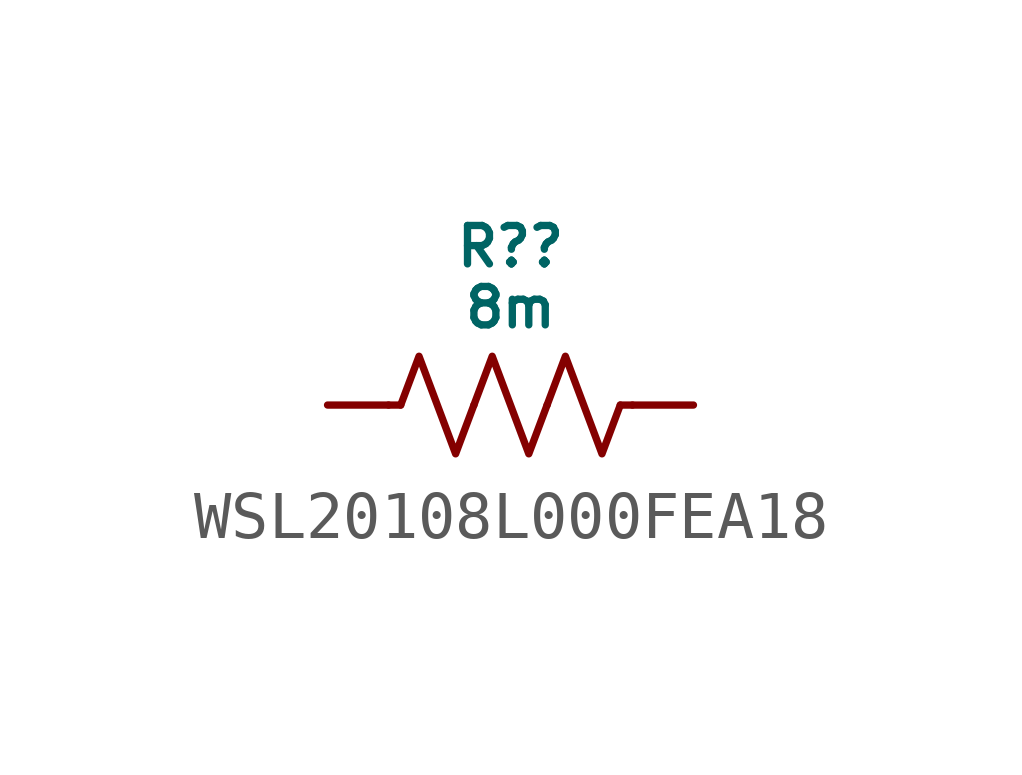
<source format=kicad_sym>
(kicad_symbol_lib
  (version 20231120)
  (generator "kicad_symbol_editor")
  (generator_version "8.0")
  (symbol "WSL20108L000FEA18"
    (pin_numbers hide)
    (pin_names hide)
    (property "Reference" "R?"
      (at 0 3.302 0)
      (do_not_autoplace)
      (effects (font (size 0.8 0.8))))
    (property "Value" "8m"
      (at 0 2.032 0)
      (do_not_autoplace)
      (effects (font (size 0.8 0.8))))
    (symbol "WSL20108L000FEA18_0_1"
      (polyline (pts (xy -2.286 0) (xy -2.54 0)) (stroke (width 0) (type default)) (fill (type none)))
      (polyline (pts (xy 2.286 0) (xy 2.54 0)) (stroke (width 0) (type default)) (fill (type none)))
      (polyline (pts (xy -2.286 0) (xy -1.905 1.016) (xy -1.524 0) (xy -1.143 -1.016) (xy -0.762 0)) (stroke (width 0) (type default)) (fill (type none)))
      (polyline (pts (xy -0.762 0) (xy -0.381 1.016) (xy 0 0) (xy 0.381 -1.016) (xy 0.762 0)) (stroke (width 0) (type default)) (fill (type none)))
      (polyline (pts (xy 0.762 0) (xy 1.143 1.016) (xy 1.524 0) (xy 1.905 -1.016) (xy 2.286 0)) (stroke (width 0) (type default)) (fill (type none))))
    (symbol "WSL20108L000FEA18_1_0"
      (pin passive line (at -3.81 0 0) (length 1.27) (name "" (effects (font (size 0.8 0.8)))) (number "1" (effects (font (size 0.8 0.8)))))
      (pin passive line (at 3.81 0 180) (length 1.27) (name "" (effects (font (size 0.8 0.8)))) (number "2" (effects (font (size 0.8 0.8))))))))
</source>
